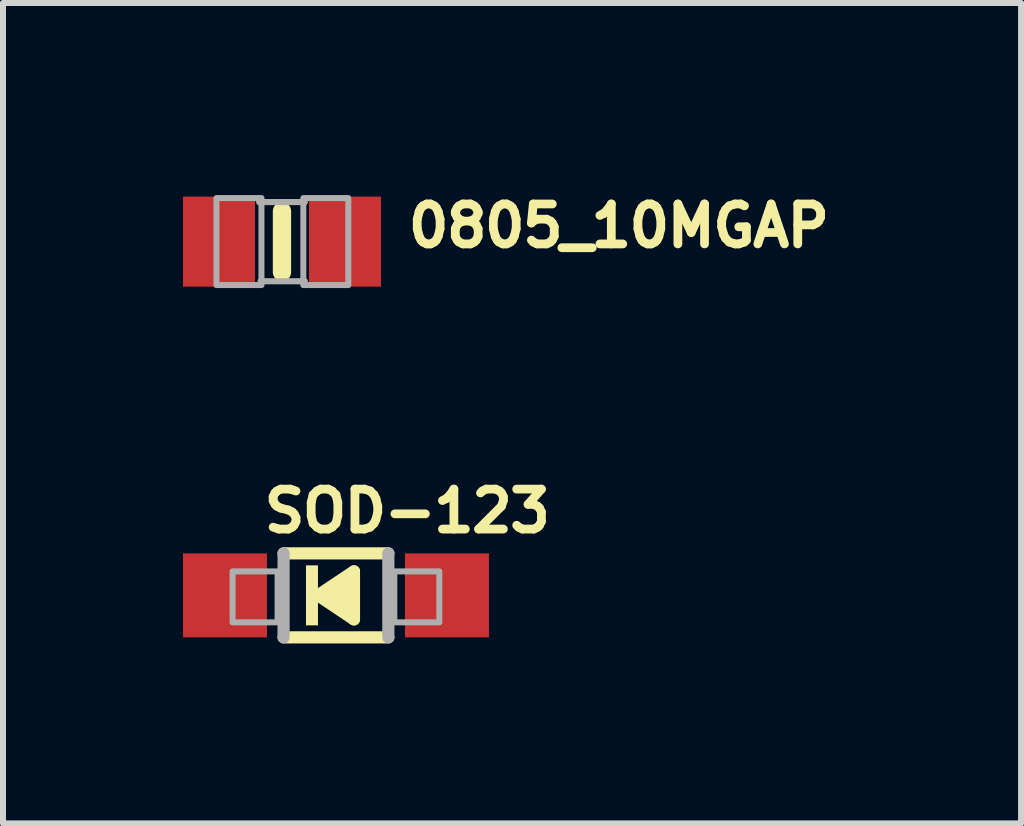
<source format=kicad_pcb>
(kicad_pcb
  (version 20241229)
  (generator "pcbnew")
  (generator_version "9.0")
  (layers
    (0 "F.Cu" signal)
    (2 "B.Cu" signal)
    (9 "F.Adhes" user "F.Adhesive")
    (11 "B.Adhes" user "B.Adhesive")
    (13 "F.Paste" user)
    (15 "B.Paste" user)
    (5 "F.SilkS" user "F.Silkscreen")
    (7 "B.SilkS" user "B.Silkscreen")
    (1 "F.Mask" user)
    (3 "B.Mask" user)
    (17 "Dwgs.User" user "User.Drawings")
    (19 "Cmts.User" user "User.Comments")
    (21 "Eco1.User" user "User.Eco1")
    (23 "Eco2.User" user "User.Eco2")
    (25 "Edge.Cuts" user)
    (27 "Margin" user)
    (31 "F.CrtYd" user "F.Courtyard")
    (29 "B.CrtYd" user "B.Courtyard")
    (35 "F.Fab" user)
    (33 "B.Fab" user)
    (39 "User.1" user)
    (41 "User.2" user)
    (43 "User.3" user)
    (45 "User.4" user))
  (footprint "0805_10MGAP"
    (layer "F.Cu")
    (at 1.65 0.978)
    (property "Reference" "0805_10MGAP" (at 2.032 0.127 0) (unlocked yes) (layer "F.SilkS") (effects (font (size 0.666 0.666) (thickness 0.146)) (justify left bottom)))
    (fp_line (start 0 -0.508) (end 0 0.508) (stroke (width 0.305) (type solid)) (layer "F.SilkS"))
    (fp_line (start -0.381 -0.66) (end 0.381 -0.66) (stroke (width 0.102) (type solid)) (layer "F.Fab"))
    (fp_line (start -0.356 0.66) (end 0.381 0.66) (stroke (width 0.102) (type solid)) (layer "F.Fab"))
    (fp_poly (pts (xy -1.092 0.724) (xy -0.342 0.724) (xy -0.342 -0.726) (xy -1.092 -0.726)) (stroke (width 0.1) (type default)) (fill no) (layer "F.Fab"))
    (fp_poly (pts (xy 0.356 0.724) (xy 1.106 0.724) (xy 1.106 -0.726) (xy 0.356 -0.726)) (stroke (width 0.1) (type default)) (fill no) (layer "F.Fab"))
    (pad "1" smd rect (at -1.05 0) (size 1.2 1.5) (layers "F.Cu" "F.Mask" "F.Paste"))
    (pad "2" smd rect (at 1.05 0) (size 1.2 1.5) (layers "F.Cu" "F.Mask" "F.Paste")))
  (footprint "SOD-123"
    (layer "F.Cu")
    (at 2.55 6.874)
    (property "Reference" "SOD-123" (at -1.27 -1.016 0) (unlocked yes) (layer "F.SilkS") (effects (font (size 0.666 0.666) (thickness 0.146)) (justify left bottom)))
    (fp_line (start -0.873 -0.7) (end 0.873 -0.7) (stroke (width 0.203) (type solid)) (layer "F.SilkS"))
    (fp_line (start -0.3 0) (end 0.3 -0.4) (stroke (width 0.203) (type solid)) (layer "F.SilkS"))
    (fp_line (start 0.3 -0.4) (end 0.3 0.4) (stroke (width 0.203) (type solid)) (layer "F.SilkS"))
    (fp_line (start 0.3 0.4) (end -0.3 0) (stroke (width 0.203) (type solid)) (layer "F.SilkS"))
    (fp_line (start 0.873 0.7) (end -0.873 0.7) (stroke (width 0.203) (type solid)) (layer "F.SilkS"))
    (fp_poly (pts (xy 0.302 0.39) (xy -0.283 0) (xy 0.302 -0.39)) (stroke (width 0) (type default)) (fill yes) (layer "F.SilkS"))
    (fp_poly (pts (xy -0.5 0.5) (xy -0.3 0.5) (xy -0.3 -0.5) (xy -0.5 -0.5)) (stroke (width 0) (type default)) (fill yes) (layer "F.SilkS"))
    (fp_line (start -0.873 0.7) (end -0.873 -0.7) (stroke (width 0.203) (type solid)) (layer "F.Fab"))
    (fp_line (start 0.873 -0.7) (end 0.873 0.7) (stroke (width 0.203) (type solid)) (layer "F.Fab"))
    (fp_poly (pts (xy -1.723 0.45) (xy -0.973 0.45) (xy -0.973 -0.4) (xy -1.723 -0.4)) (stroke (width 0.1) (type default)) (fill no) (layer "F.Fab"))
    (fp_poly (pts (xy 0.973 0.45) (xy 1.723 0.45) (xy 1.723 -0.4) (xy 0.973 -0.4)) (stroke (width 0.1) (type default)) (fill no) (layer "F.Fab"))
    (pad "A" smd rect (at 1.85 0 90) (size 1.4 1.4) (layers "F.Cu" "F.Mask" "F.Paste"))
    (pad "C" smd rect (at -1.85 0 90) (size 1.4 1.4) (layers "F.Cu" "F.Mask" "F.Paste")))
  (gr_rect
    (start -3 -3)
    (end 13.97 10.675)
    (stroke (width 0.1) (type default))
    (fill no)
    (layer "Edge.Cuts")))
</source>
